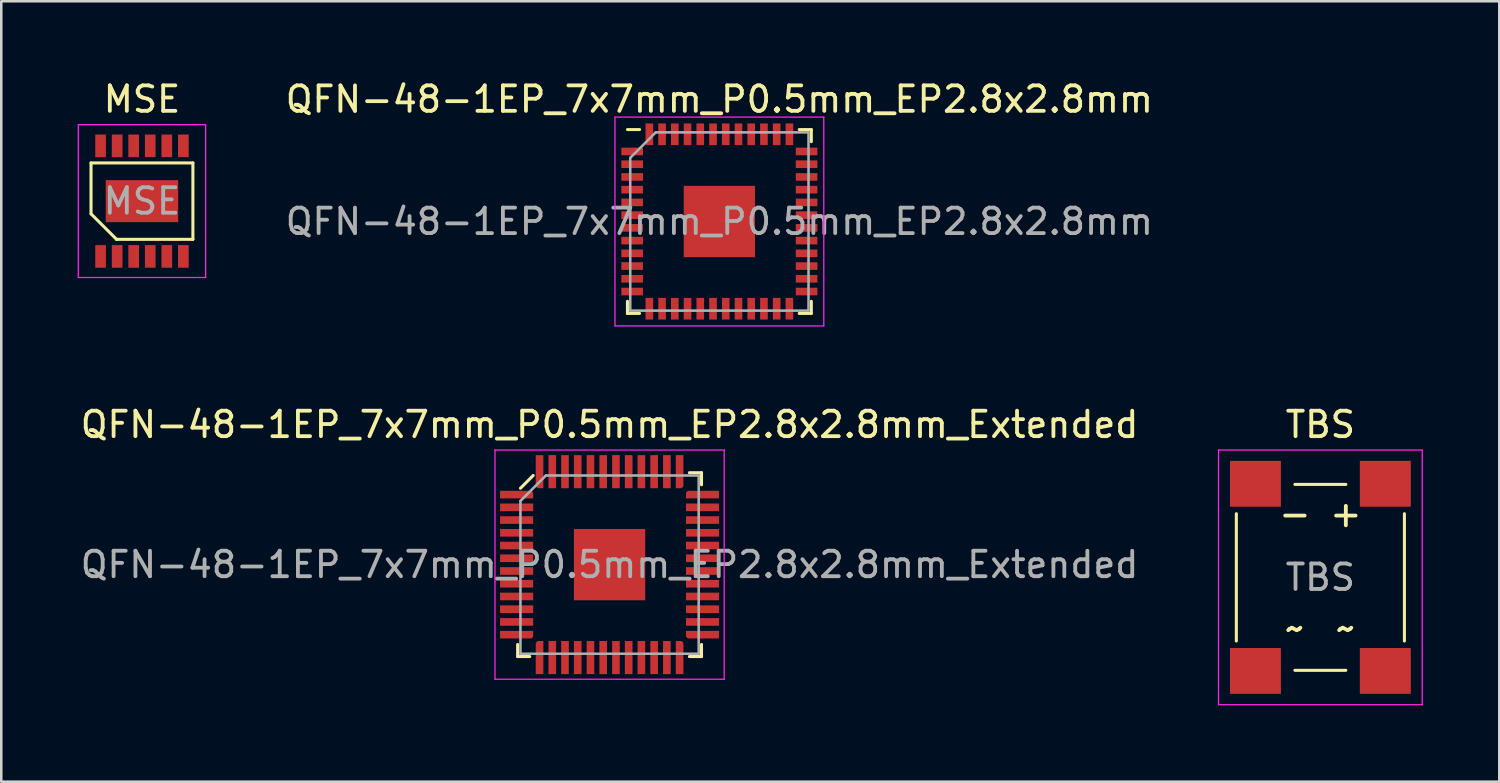
<source format=kicad_pcb>
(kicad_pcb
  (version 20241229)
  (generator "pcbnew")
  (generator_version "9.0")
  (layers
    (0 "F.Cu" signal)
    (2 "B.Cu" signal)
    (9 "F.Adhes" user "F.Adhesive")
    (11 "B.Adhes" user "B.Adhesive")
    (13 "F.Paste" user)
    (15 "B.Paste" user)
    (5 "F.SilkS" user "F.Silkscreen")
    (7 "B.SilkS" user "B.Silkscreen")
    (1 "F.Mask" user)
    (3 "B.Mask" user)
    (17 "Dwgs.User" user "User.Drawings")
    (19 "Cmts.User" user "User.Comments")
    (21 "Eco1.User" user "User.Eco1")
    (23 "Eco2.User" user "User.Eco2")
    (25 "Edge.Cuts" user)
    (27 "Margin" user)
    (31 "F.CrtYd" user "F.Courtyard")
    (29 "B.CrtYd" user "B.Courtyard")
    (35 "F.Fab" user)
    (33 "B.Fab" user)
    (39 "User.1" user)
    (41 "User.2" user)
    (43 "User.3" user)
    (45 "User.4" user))
  (footprint "QFN-48-1EP_7x7mm_P0.5mm_EP2.8x2.8mm_Extended"
    (layer "F.Cu")
    (at 20.887 19.122)
    (property "Reference" "QFN-48-1EP_7x7mm_P0.5mm_EP2.8x2.8mm_Extended" (at 0 -5.5 0) (layer "F.SilkS") (effects (font (size 1 1) (thickness 0.15))))
    (attr smd)
    (fp_line (start -3.61 3.61) (end -3.61 3.135) (stroke (width 0.12) (type solid)) (layer "F.SilkS"))
    (fp_line (start -3.135 3.61) (end -3.61 3.61) (stroke (width 0.12) (type solid)) (layer "F.SilkS"))
    (fp_line (start -3 -3.5) (end -3.5 -3) (stroke (width 0.12) (type solid)) (layer "F.SilkS"))
    (fp_line (start 3.135 -3.61) (end 3.61 -3.61) (stroke (width 0.12) (type solid)) (layer "F.SilkS"))
    (fp_line (start 3.135 3.61) (end 3.61 3.61) (stroke (width 0.12) (type solid)) (layer "F.SilkS"))
    (fp_line (start 3.61 -3.61) (end 3.61 -3.135) (stroke (width 0.12) (type solid)) (layer "F.SilkS"))
    (fp_line (start 3.61 3.61) (end 3.61 3.135) (stroke (width 0.12) (type solid)) (layer "F.SilkS"))
    (fp_line (start -4.5 -4.5) (end -4.5 4.5) (stroke (width 0.05) (type solid)) (layer "F.CrtYd"))
    (fp_line (start -4.5 4.5) (end 4.5 4.5) (stroke (width 0.05) (type solid)) (layer "F.CrtYd"))
    (fp_line (start 4.5 -4.5) (end -4.5 -4.5) (stroke (width 0.05) (type solid)) (layer "F.CrtYd"))
    (fp_line (start 4.5 4.5) (end 4.5 -4.5) (stroke (width 0.05) (type solid)) (layer "F.CrtYd"))
    (fp_line (start -3.5 -2.5) (end -2.5 -3.5) (stroke (width 0.1) (type solid)) (layer "F.Fab"))
    (fp_line (start -3.5 3.5) (end -3.5 -2.5) (stroke (width 0.1) (type solid)) (layer "F.Fab"))
    (fp_line (start -2.5 -3.5) (end 3.5 -3.5) (stroke (width 0.1) (type solid)) (layer "F.Fab"))
    (fp_line (start 3.5 -3.5) (end 3.5 3.5) (stroke (width 0.1) (type solid)) (layer "F.Fab"))
    (fp_line (start 3.5 3.5) (end -3.5 3.5) (stroke (width 0.1) (type solid)) (layer "F.Fab"))
    (fp_text user "${REFERENCE}" (at 0 0 0) (layer "F.Fab") (effects (font (size 1 1) (thickness 0.15))))
    (pad "1" smd roundrect (at -3.65 -2.75) (size 1.3 0.3) (layers "F.Cu" "F.Mask" "F.Paste") (roundrect_rratio 0) (chamfer_ratio 0.25) (chamfer top_right))
    (pad "2" smd rect (at -3.65 -2.25) (size 1.3 0.3) (layers "F.Cu" "F.Mask" "F.Paste"))
    (pad "3" smd rect (at -3.65 -1.75) (size 1.3 0.3) (layers "F.Cu" "F.Mask" "F.Paste"))
    (pad "4" smd rect (at -3.65 -1.25) (size 1.3 0.3) (layers "F.Cu" "F.Mask" "F.Paste"))
    (pad "5" smd rect (at -3.65 -0.75) (size 1.3 0.3) (layers "F.Cu" "F.Mask" "F.Paste"))
    (pad "6" smd rect (at -3.65 -0.25) (size 1.3 0.3) (layers "F.Cu" "F.Mask" "F.Paste"))
    (pad "7" smd rect (at -3.65 0.25) (size 1.3 0.3) (layers "F.Cu" "F.Mask" "F.Paste"))
    (pad "8" smd rect (at -3.65 0.75) (size 1.3 0.3) (layers "F.Cu" "F.Mask" "F.Paste"))
    (pad "9" smd rect (at -3.65 1.25) (size 1.3 0.3) (layers "F.Cu" "F.Mask" "F.Paste"))
    (pad "10" smd rect (at -3.65 1.75) (size 1.3 0.3) (layers "F.Cu" "F.Mask" "F.Paste"))
    (pad "11" smd rect (at -3.65 2.25) (size 1.3 0.3) (layers "F.Cu" "F.Mask" "F.Paste"))
    (pad "12" smd roundrect (at -3.65 2.75) (size 1.3 0.3) (layers "F.Cu" "F.Mask" "F.Paste") (roundrect_rratio 0) (chamfer_ratio 0.25) (chamfer bottom_right))
    (pad "13" smd roundrect (at -2.75 3.65 90) (size 1.3 0.3) (layers "F.Cu" "F.Mask" "F.Paste") (roundrect_rratio 0) (chamfer_ratio 0.25) (chamfer top_right))
    (pad "14" smd rect (at -2.25 3.65 90) (size 1.3 0.3) (layers "F.Cu" "F.Mask" "F.Paste"))
    (pad "15" smd rect (at -1.75 3.65 90) (size 1.3 0.3) (layers "F.Cu" "F.Mask" "F.Paste"))
    (pad "16" smd rect (at -1.25 3.65 90) (size 1.3 0.3) (layers "F.Cu" "F.Mask" "F.Paste"))
    (pad "17" smd rect (at -0.75 3.65 90) (size 1.3 0.3) (layers "F.Cu" "F.Mask" "F.Paste"))
    (pad "18" smd rect (at -0.25 3.65 90) (size 1.3 0.3) (layers "F.Cu" "F.Mask" "F.Paste"))
    (pad "19" smd rect (at 0.25 3.65 90) (size 1.3 0.3) (layers "F.Cu" "F.Mask" "F.Paste"))
    (pad "20" smd rect (at 0.75 3.65 90) (size 1.3 0.3) (layers "F.Cu" "F.Mask" "F.Paste"))
    (pad "21" smd rect (at 1.25 3.65 90) (size 1.3 0.3) (layers "F.Cu" "F.Mask" "F.Paste"))
    (pad "22" smd rect (at 1.75 3.65 90) (size 1.3 0.3) (layers "F.Cu" "F.Mask" "F.Paste"))
    (pad "23" smd rect (at 2.25 3.65 90) (size 1.3 0.3) (layers "F.Cu" "F.Mask" "F.Paste"))
    (pad "24" smd roundrect (at 2.75 3.65 90) (size 1.3 0.3) (layers "F.Cu" "F.Mask" "F.Paste") (roundrect_rratio 0) (chamfer_ratio 0.25) (chamfer bottom_right))
    (pad "25" smd roundrect (at 3.65 2.75 180) (size 1.3 0.3) (layers "F.Cu" "F.Mask" "F.Paste") (roundrect_rratio 0) (chamfer_ratio 0.25) (chamfer top_right))
    (pad "26" smd rect (at 3.65 2.25 180) (size 1.3 0.3) (layers "F.Cu" "F.Mask" "F.Paste"))
    (pad "27" smd rect (at 3.65 1.75 180) (size 1.3 0.3) (layers "F.Cu" "F.Mask" "F.Paste"))
    (pad "28" smd rect (at 3.65 1.25 180) (size 1.3 0.3) (layers "F.Cu" "F.Mask" "F.Paste"))
    (pad "29" smd rect (at 3.65 0.75 180) (size 1.3 0.3) (layers "F.Cu" "F.Mask" "F.Paste"))
    (pad "30" smd rect (at 3.65 0.25 180) (size 1.3 0.3) (layers "F.Cu" "F.Mask" "F.Paste"))
    (pad "31" smd rect (at 3.65 -0.25 180) (size 1.3 0.3) (layers "F.Cu" "F.Mask" "F.Paste"))
    (pad "32" smd rect (at 3.65 -0.75 180) (size 1.3 0.3) (layers "F.Cu" "F.Mask" "F.Paste"))
    (pad "33" smd rect (at 3.65 -1.25 180) (size 1.3 0.3) (layers "F.Cu" "F.Mask" "F.Paste"))
    (pad "34" smd rect (at 3.65 -1.75 180) (size 1.3 0.3) (layers "F.Cu" "F.Mask" "F.Paste"))
    (pad "35" smd rect (at 3.65 -2.25 180) (size 1.3 0.3) (layers "F.Cu" "F.Mask" "F.Paste"))
    (pad "36" smd roundrect (at 3.65 -2.75 180) (size 1.3 0.3) (layers "F.Cu" "F.Mask" "F.Paste") (roundrect_rratio 0) (chamfer_ratio 0.25) (chamfer bottom_right))
    (pad "37" smd roundrect (at 2.75 -3.65 270) (size 1.3 0.3) (layers "F.Cu" "F.Mask" "F.Paste") (roundrect_rratio 0) (chamfer_ratio 0.25) (chamfer top_right))
    (pad "38" smd rect (at 2.25 -3.65 270) (size 1.3 0.3) (layers "F.Cu" "F.Mask" "F.Paste"))
    (pad "39" smd rect (at 1.75 -3.65 270) (size 1.3 0.3) (layers "F.Cu" "F.Mask" "F.Paste"))
    (pad "40" smd rect (at 1.25 -3.65 270) (size 1.3 0.3) (layers "F.Cu" "F.Mask" "F.Paste"))
    (pad "41" smd rect (at 0.75 -3.65 270) (size 1.3 0.3) (layers "F.Cu" "F.Mask" "F.Paste"))
    (pad "42" smd rect (at 0.25 -3.65 270) (size 1.3 0.3) (layers "F.Cu" "F.Mask" "F.Paste"))
    (pad "43" smd rect (at -0.25 -3.65 270) (size 1.3 0.3) (layers "F.Cu" "F.Mask" "F.Paste"))
    (pad "44" smd rect (at -0.75 -3.65 270) (size 1.3 0.3) (layers "F.Cu" "F.Mask" "F.Paste"))
    (pad "45" smd rect (at -1.25 -3.65 270) (size 1.3 0.3) (layers "F.Cu" "F.Mask" "F.Paste"))
    (pad "46" smd rect (at -1.75 -3.65 270) (size 1.3 0.3) (layers "F.Cu" "F.Mask" "F.Paste"))
    (pad "47" smd rect (at -2.25 -3.65 270) (size 1.3 0.3) (layers "F.Cu" "F.Mask" "F.Paste"))
    (pad "48" smd roundrect (at -2.75 -3.65 270) (size 1.3 0.3) (layers "F.Cu" "F.Mask" "F.Paste") (roundrect_rratio 0) (chamfer_ratio 0.25) (chamfer bottom_right))
    (pad "49" smd rect (at 0 0) (size 2.8 2.8) (layers "F.Cu" "F.Mask" "F.Paste")))
  (footprint "TBS"
    (layer "F.Cu")
    (at 48.799 19.622)
    (property "Reference" "TBS" (at 0 -6 0) (layer "F.SilkS") (effects (font (size 1 1) (thickness 0.15))))
    (attr smd)
    (fp_line (start -3.3 2.5) (end -3.3 -2.5) (stroke (width 0.12) (type solid)) (layer "F.SilkS"))
    (fp_line (start -1 -3.65) (end 1 -3.65) (stroke (width 0.12) (type solid)) (layer "F.SilkS"))
    (fp_line (start 1 3.65) (end -1 3.65) (stroke (width 0.12) (type solid)) (layer "F.SilkS"))
    (fp_line (start 3.3 -2.5) (end 3.3 2.5) (stroke (width 0.12) (type solid)) (layer "F.SilkS"))
    (fp_line (start -4 -5) (end -4 5) (stroke (width 0.05) (type solid)) (layer "F.CrtYd"))
    (fp_line (start -4 5) (end 4 5) (stroke (width 0.05) (type solid)) (layer "F.CrtYd"))
    (fp_line (start 4 -5) (end -4 -5) (stroke (width 0.05) (type solid)) (layer "F.CrtYd"))
    (fp_line (start 4 5) (end 4 -5) (stroke (width 0.05) (type solid)) (layer "F.CrtYd"))
    (fp_text user "~" (at -1 2 0) (unlocked yes) (layer "F.SilkS") (effects (font (size 1 1) (thickness 0.15))))
    (fp_text user "-" (at -1 -2.5 0) (unlocked yes) (layer "F.SilkS") (effects (font (size 1 1) (thickness 0.15))))
    (fp_text user "+" (at 1 -2.5 0) (unlocked yes) (layer "F.SilkS") (effects (font (size 1 1) (thickness 0.15))))
    (fp_text user "~" (at 1 2 0) (unlocked yes) (layer "F.SilkS") (effects (font (size 1 1) (thickness 0.15))))
    (fp_text user "${REFERENCE}" (at 0 0 0) (layer "F.Fab") (effects (font (size 1 1) (thickness 0.15))))
    (pad "1" smd rect (at 2.55 -3.675) (size 2 1.8) (layers "F.Cu" "F.Mask" "F.Paste"))
    (pad "2" smd rect (at -2.55 -3.675) (size 2 1.8) (layers "F.Cu" "F.Mask" "F.Paste"))
    (pad "3" smd rect (at -2.55 3.675 180) (size 2 1.8) (layers "F.Cu" "F.Mask" "F.Paste"))
    (pad "4" smd rect (at 2.55 3.675 180) (size 2 1.8) (layers "F.Cu" "F.Mask" "F.Paste")))
  (footprint "QFN-48-1EP_7x7mm_P0.5mm_EP2.8x2.8mm"
    (layer "F.Cu")
    (at 25.199 5.648)
    (property "Reference" "QFN-48-1EP_7x7mm_P0.5mm_EP2.8x2.8mm" (at 0 -4.8 0) (layer "F.SilkS") (effects (font (size 1 1) (thickness 0.15))))
    (attr smd)
    (fp_line (start -3.61 3.61) (end -3.61 3.135) (stroke (width 0.12) (type solid)) (layer "F.SilkS"))
    (fp_line (start -3.135 -3.61) (end -3.61 -3.61) (stroke (width 0.12) (type solid)) (layer "F.SilkS"))
    (fp_line (start -3.135 3.61) (end -3.61 3.61) (stroke (width 0.12) (type solid)) (layer "F.SilkS"))
    (fp_line (start 3.135 -3.61) (end 3.61 -3.61) (stroke (width 0.12) (type solid)) (layer "F.SilkS"))
    (fp_line (start 3.135 3.61) (end 3.61 3.61) (stroke (width 0.12) (type solid)) (layer "F.SilkS"))
    (fp_line (start 3.61 -3.61) (end 3.61 -3.135) (stroke (width 0.12) (type solid)) (layer "F.SilkS"))
    (fp_line (start 3.61 3.61) (end 3.61 3.135) (stroke (width 0.12) (type solid)) (layer "F.SilkS"))
    (fp_line (start -4.1 -4.1) (end -4.1 4.1) (stroke (width 0.05) (type solid)) (layer "F.CrtYd"))
    (fp_line (start -4.1 4.1) (end 4.1 4.1) (stroke (width 0.05) (type solid)) (layer "F.CrtYd"))
    (fp_line (start 4.1 -4.1) (end -4.1 -4.1) (stroke (width 0.05) (type solid)) (layer "F.CrtYd"))
    (fp_line (start 4.1 4.1) (end 4.1 -4.1) (stroke (width 0.05) (type solid)) (layer "F.CrtYd"))
    (fp_line (start -3.5 -2.5) (end -2.5 -3.5) (stroke (width 0.1) (type solid)) (layer "F.Fab"))
    (fp_line (start -3.5 3.5) (end -3.5 -2.5) (stroke (width 0.1) (type solid)) (layer "F.Fab"))
    (fp_line (start -2.5 -3.5) (end 3.5 -3.5) (stroke (width 0.1) (type solid)) (layer "F.Fab"))
    (fp_line (start 3.5 -3.5) (end 3.5 3.5) (stroke (width 0.1) (type solid)) (layer "F.Fab"))
    (fp_line (start 3.5 3.5) (end -3.5 3.5) (stroke (width 0.1) (type solid)) (layer "F.Fab"))
    (fp_text user "${REFERENCE}" (at 0 0 0) (layer "F.Fab") (effects (font (size 1 1) (thickness 0.15))))
    (pad "1" smd rect (at -3.425 -2.75) (size 0.85 0.3) (layers "F.Cu" "F.Mask" "F.Paste"))
    (pad "2" smd rect (at -3.425 -2.25) (size 0.85 0.3) (layers "F.Cu" "F.Mask" "F.Paste"))
    (pad "3" smd rect (at -3.425 -1.75) (size 0.85 0.3) (layers "F.Cu" "F.Mask" "F.Paste"))
    (pad "4" smd rect (at -3.425 -1.25) (size 0.85 0.3) (layers "F.Cu" "F.Mask" "F.Paste"))
    (pad "5" smd rect (at -3.425 -0.75) (size 0.85 0.3) (layers "F.Cu" "F.Mask" "F.Paste"))
    (pad "6" smd rect (at -3.425 -0.25) (size 0.85 0.3) (layers "F.Cu" "F.Mask" "F.Paste"))
    (pad "7" smd rect (at -3.425 0.25) (size 0.85 0.3) (layers "F.Cu" "F.Mask" "F.Paste"))
    (pad "8" smd rect (at -3.425 0.75) (size 0.85 0.3) (layers "F.Cu" "F.Mask" "F.Paste"))
    (pad "9" smd rect (at -3.425 1.25) (size 0.85 0.3) (layers "F.Cu" "F.Mask" "F.Paste"))
    (pad "10" smd rect (at -3.425 1.75) (size 0.85 0.3) (layers "F.Cu" "F.Mask" "F.Paste"))
    (pad "11" smd rect (at -3.425 2.25) (size 0.85 0.3) (layers "F.Cu" "F.Mask" "F.Paste"))
    (pad "12" smd rect (at -3.425 2.75) (size 0.85 0.3) (layers "F.Cu" "F.Mask" "F.Paste"))
    (pad "13" smd rect (at -2.75 3.425 90) (size 0.85 0.3) (layers "F.Cu" "F.Mask" "F.Paste"))
    (pad "14" smd rect (at -2.25 3.425 90) (size 0.85 0.3) (layers "F.Cu" "F.Mask" "F.Paste"))
    (pad "15" smd rect (at -1.75 3.425 90) (size 0.85 0.3) (layers "F.Cu" "F.Mask" "F.Paste"))
    (pad "16" smd rect (at -1.25 3.425 90) (size 0.85 0.3) (layers "F.Cu" "F.Mask" "F.Paste"))
    (pad "17" smd rect (at -0.75 3.425 90) (size 0.85 0.3) (layers "F.Cu" "F.Mask" "F.Paste"))
    (pad "18" smd rect (at -0.25 3.425 90) (size 0.85 0.3) (layers "F.Cu" "F.Mask" "F.Paste"))
    (pad "19" smd rect (at 0.25 3.425 90) (size 0.85 0.3) (layers "F.Cu" "F.Mask" "F.Paste"))
    (pad "20" smd rect (at 0.75 3.425 90) (size 0.85 0.3) (layers "F.Cu" "F.Mask" "F.Paste"))
    (pad "21" smd rect (at 1.25 3.425 90) (size 0.85 0.3) (layers "F.Cu" "F.Mask" "F.Paste"))
    (pad "22" smd rect (at 1.75 3.425 90) (size 0.85 0.3) (layers "F.Cu" "F.Mask" "F.Paste"))
    (pad "23" smd rect (at 2.25 3.425 90) (size 0.85 0.3) (layers "F.Cu" "F.Mask" "F.Paste"))
    (pad "24" smd rect (at 2.75 3.425 90) (size 0.85 0.3) (layers "F.Cu" "F.Mask" "F.Paste"))
    (pad "25" smd rect (at 3.425 2.75 180) (size 0.85 0.3) (layers "F.Cu" "F.Mask" "F.Paste"))
    (pad "26" smd rect (at 3.425 2.25 180) (size 0.85 0.3) (layers "F.Cu" "F.Mask" "F.Paste"))
    (pad "27" smd rect (at 3.425 1.75 180) (size 0.85 0.3) (layers "F.Cu" "F.Mask" "F.Paste"))
    (pad "28" smd rect (at 3.425 1.25 180) (size 0.85 0.3) (layers "F.Cu" "F.Mask" "F.Paste"))
    (pad "29" smd rect (at 3.425 0.75 180) (size 0.85 0.3) (layers "F.Cu" "F.Mask" "F.Paste"))
    (pad "30" smd rect (at 3.425 0.25 180) (size 0.85 0.3) (layers "F.Cu" "F.Mask" "F.Paste"))
    (pad "31" smd rect (at 3.425 -0.25 180) (size 0.85 0.3) (layers "F.Cu" "F.Mask" "F.Paste"))
    (pad "32" smd rect (at 3.425 -0.75 180) (size 0.85 0.3) (layers "F.Cu" "F.Mask" "F.Paste"))
    (pad "33" smd rect (at 3.425 -1.25 180) (size 0.85 0.3) (layers "F.Cu" "F.Mask" "F.Paste"))
    (pad "34" smd rect (at 3.425 -1.75 180) (size 0.85 0.3) (layers "F.Cu" "F.Mask" "F.Paste"))
    (pad "35" smd rect (at 3.425 -2.25 180) (size 0.85 0.3) (layers "F.Cu" "F.Mask" "F.Paste"))
    (pad "36" smd rect (at 3.425 -2.75 180) (size 0.85 0.3) (layers "F.Cu" "F.Mask" "F.Paste"))
    (pad "37" smd rect (at 2.75 -3.425 270) (size 0.85 0.3) (layers "F.Cu" "F.Mask" "F.Paste"))
    (pad "38" smd rect (at 2.25 -3.425 270) (size 0.85 0.3) (layers "F.Cu" "F.Mask" "F.Paste"))
    (pad "39" smd rect (at 1.75 -3.425 270) (size 0.85 0.3) (layers "F.Cu" "F.Mask" "F.Paste"))
    (pad "40" smd rect (at 1.25 -3.425 270) (size 0.85 0.3) (layers "F.Cu" "F.Mask" "F.Paste"))
    (pad "41" smd rect (at 0.75 -3.425 270) (size 0.85 0.3) (layers "F.Cu" "F.Mask" "F.Paste"))
    (pad "42" smd rect (at 0.25 -3.425 270) (size 0.85 0.3) (layers "F.Cu" "F.Mask" "F.Paste"))
    (pad "43" smd rect (at -0.25 -3.425 270) (size 0.85 0.3) (layers "F.Cu" "F.Mask" "F.Paste"))
    (pad "44" smd rect (at -0.75 -3.425 270) (size 0.85 0.3) (layers "F.Cu" "F.Mask" "F.Paste"))
    (pad "45" smd rect (at -1.25 -3.425 270) (size 0.85 0.3) (layers "F.Cu" "F.Mask" "F.Paste"))
    (pad "46" smd rect (at -1.75 -3.425 270) (size 0.85 0.3) (layers "F.Cu" "F.Mask" "F.Paste"))
    (pad "47" smd rect (at -2.25 -3.425 270) (size 0.85 0.3) (layers "F.Cu" "F.Mask" "F.Paste"))
    (pad "48" smd rect (at -2.75 -3.425 270) (size 0.85 0.3) (layers "F.Cu" "F.Mask" "F.Paste"))
    (pad "49" smd rect (at 0 0) (size 2.8 2.8) (layers "F.Cu" "F.Mask" "F.Paste")))
  (footprint "MSE"
    (layer "F.Cu")
    (at 2.525 4.848)
    (property "Reference" "MSE" (at 0 -4 0) (layer "F.SilkS") (effects (font (size 1 1) (thickness 0.15))))
    (attr smd)
    (fp_line (start -2 -1.5) (end 2 -1.5) (stroke (width 0.12) (type solid)) (layer "F.SilkS"))
    (fp_line (start -2 0.5) (end -2 -1.5) (stroke (width 0.12) (type solid)) (layer "F.SilkS"))
    (fp_line (start -2 0.5) (end -1 1.5) (stroke (width 0.12) (type solid)) (layer "F.SilkS"))
    (fp_line (start 2 -1.5) (end 2 1.5) (stroke (width 0.12) (type solid)) (layer "F.SilkS"))
    (fp_line (start 2 1.5) (end -1 1.5) (stroke (width 0.12) (type solid)) (layer "F.SilkS"))
    (fp_line (start -2.5 -3) (end -2.5 3) (stroke (width 0.05) (type solid)) (layer "F.CrtYd"))
    (fp_line (start -2.5 -3) (end 2.5 -3) (stroke (width 0.05) (type solid)) (layer "F.CrtYd"))
    (fp_line (start -2.5 3) (end 2.5 3) (stroke (width 0.05) (type solid)) (layer "F.CrtYd"))
    (fp_line (start 2.5 -3) (end 2.5 3) (stroke (width 0.05) (type solid)) (layer "F.CrtYd"))
    (fp_text user "${REFERENCE}" (at 0 0 0) (layer "F.Fab") (effects (font (size 1 1) (thickness 0.15))))
    (pad "1" smd rect (at -1.625 2.171 180) (size 0.42 0.889) (layers "F.Cu" "F.Mask" "F.Paste"))
    (pad "2" smd rect (at -0.975 2.171 180) (size 0.42 0.889) (layers "F.Cu" "F.Mask" "F.Paste"))
    (pad "3" smd rect (at -0.325 2.171 180) (size 0.42 0.889) (layers "F.Cu" "F.Mask" "F.Paste"))
    (pad "4" smd rect (at 0.325 2.171 180) (size 0.42 0.889) (layers "F.Cu" "F.Mask" "F.Paste"))
    (pad "5" smd rect (at 0.975 2.171 180) (size 0.42 0.889) (layers "F.Cu" "F.Mask" "F.Paste"))
    (pad "6" smd rect (at 1.625 2.171 180) (size 0.42 0.889) (layers "F.Cu" "F.Mask" "F.Paste"))
    (pad "7" smd rect (at 1.625 -2.171) (size 0.42 0.889) (layers "F.Cu" "F.Mask" "F.Paste"))
    (pad "8" smd rect (at 0.975 -2.171) (size 0.42 0.889) (layers "F.Cu" "F.Mask" "F.Paste"))
    (pad "9" smd rect (at 0.325 -2.171) (size 0.42 0.889) (layers "F.Cu" "F.Mask" "F.Paste"))
    (pad "10" smd rect (at -0.325 -2.171) (size 0.42 0.889) (layers "F.Cu" "F.Mask" "F.Paste"))
    (pad "11" smd rect (at -0.975 -2.171) (size 0.42 0.889) (layers "F.Cu" "F.Mask" "F.Paste"))
    (pad "12" smd rect (at -1.625 -2.171) (size 0.42 0.889) (layers "F.Cu" "F.Mask" "F.Paste"))
    (pad "13" smd rect (at 0 0) (size 2.845 1.651) (layers "F.Cu" "F.Mask" "F.Paste")))
  (gr_rect
    (start -3 -3)
    (end 55.824 27.646)
    (stroke (width 0.1) (type default))
    (fill no)
    (layer "Edge.Cuts")))
</source>
